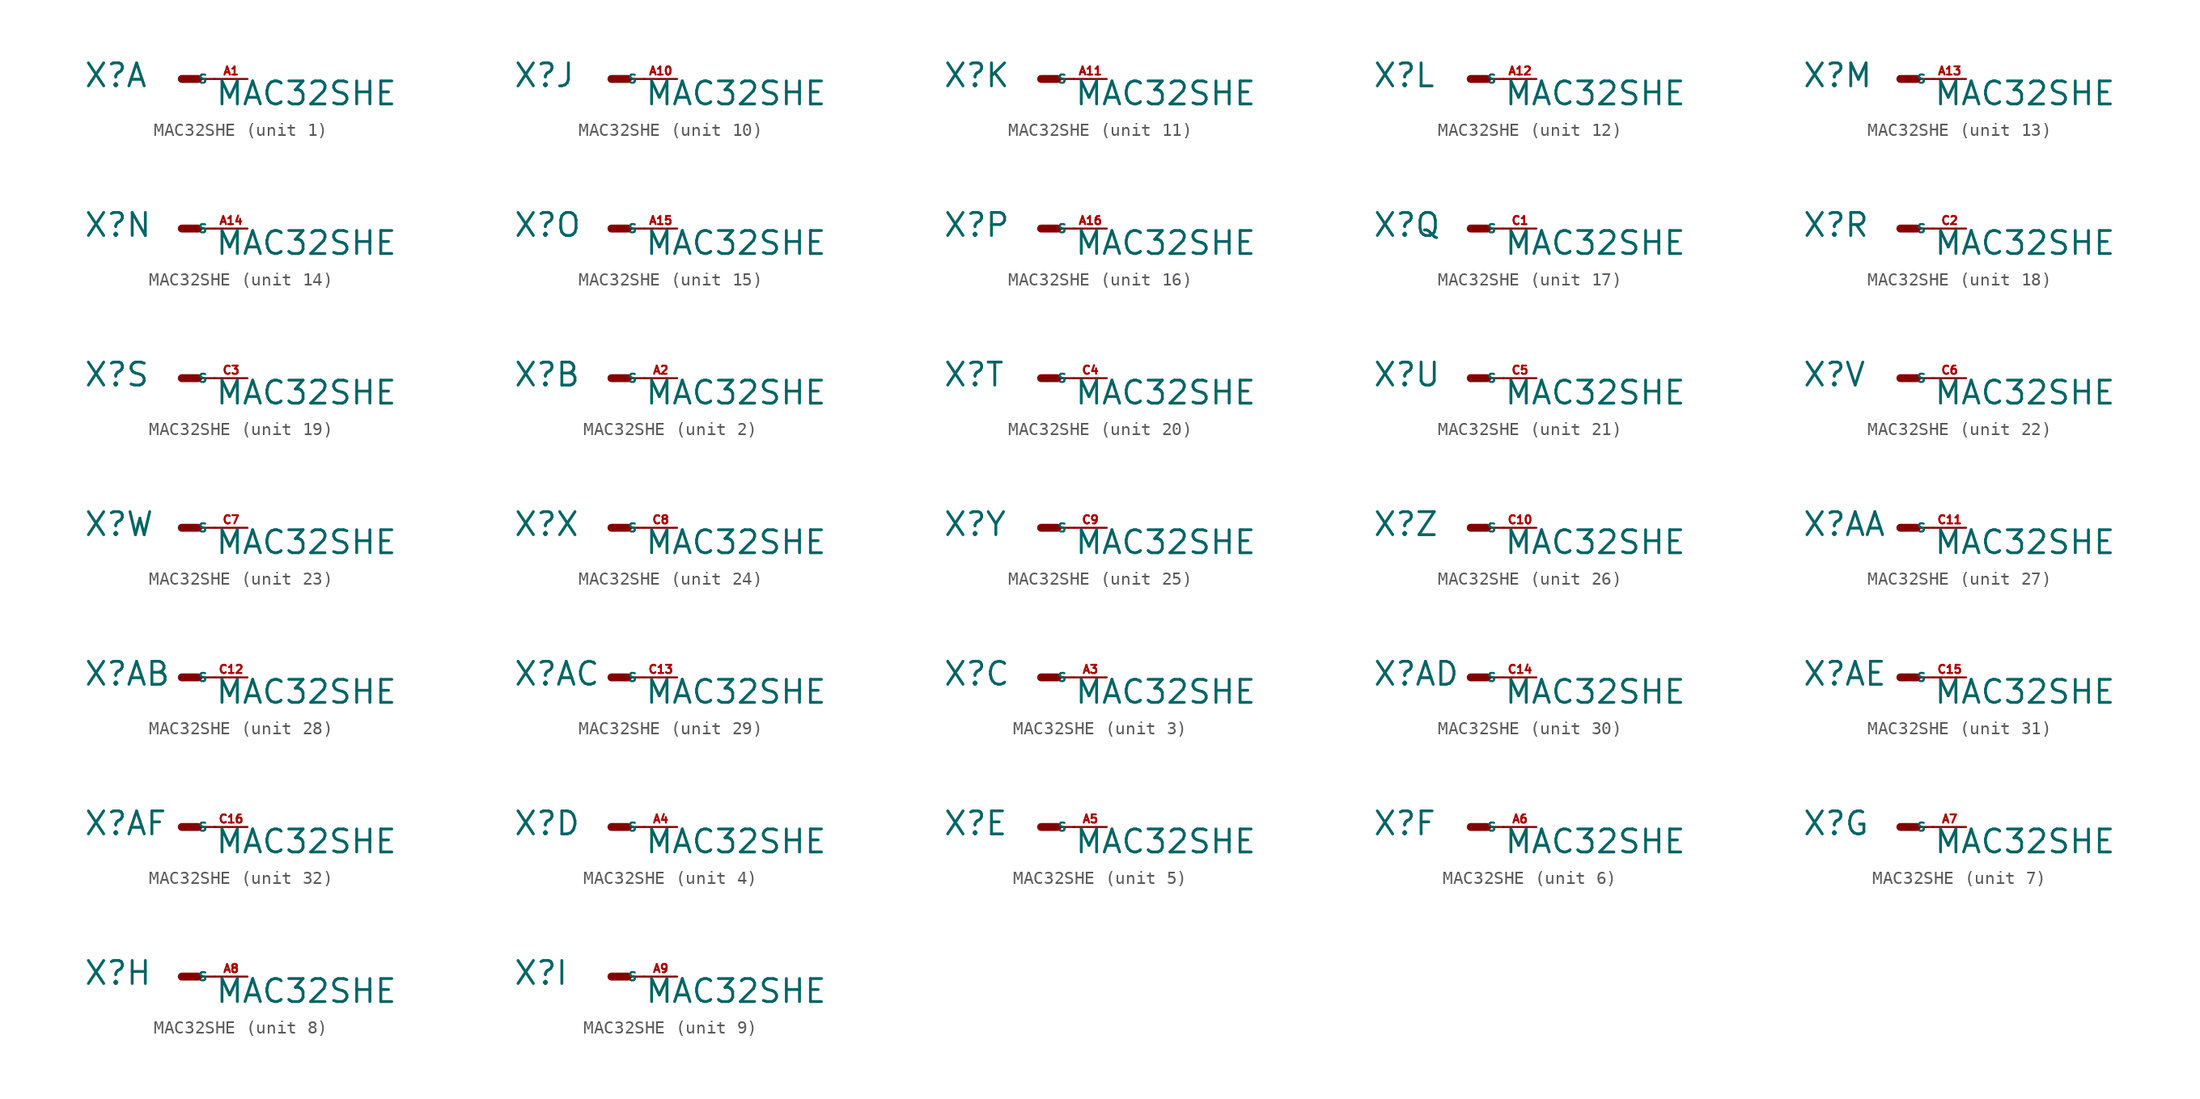
<source format=kicad_sym>
(kicad_symbol_lib
  (version 20220914)
  (generator Eagle2Kicad)
  (symbol "MAC32SHE"
    (property "Reference" "X"
      (at -7.62 -0.762 0)
      (effects (font (size 1.778 1.778) (thickness 0.22)) (justify left bottom)))
    (property "Value" "MAC32SHE"
      (at 2.54 -2.159 0)
      (effects (font (size 1.778 1.778) (thickness 0.22)) (justify left bottom)))
    (symbol "MAC32SHE_1_0"
      (polyline (pts (xy 0 0) (xy 1.27 0)) (stroke (width 0.61) (type default)) (fill (type none)))
      (polyline (pts (xy 2.54 0) (xy 1.27 0)) (stroke (width 0.152) (type default)) (fill (type none)))
      (pin passive line (at 5.08 0 180) (length 2.54) (name "S" (effects (font (size 0.635 0.635) (thickness 0.08)) (justify left bottom))) (number "A1" (effects (font (size 0.635 0.635) (thickness 0.08)) (justify left bottom)))))
    (symbol "MAC32SHE_2_0"
      (polyline (pts (xy 0 0) (xy 1.27 0)) (stroke (width 0.61) (type default)) (fill (type none)))
      (polyline (pts (xy 2.54 0) (xy 1.27 0)) (stroke (width 0.152) (type default)) (fill (type none)))
      (pin passive line (at 5.08 0 180) (length 2.54) (name "S" (effects (font (size 0.635 0.635) (thickness 0.08)) (justify left bottom))) (number "A2" (effects (font (size 0.635 0.635) (thickness 0.08)) (justify left bottom)))))
    (symbol "MAC32SHE_3_0"
      (polyline (pts (xy 0 0) (xy 1.27 0)) (stroke (width 0.61) (type default)) (fill (type none)))
      (polyline (pts (xy 2.54 0) (xy 1.27 0)) (stroke (width 0.152) (type default)) (fill (type none)))
      (pin passive line (at 5.08 0 180) (length 2.54) (name "S" (effects (font (size 0.635 0.635) (thickness 0.08)) (justify left bottom))) (number "A3" (effects (font (size 0.635 0.635) (thickness 0.08)) (justify left bottom)))))
    (symbol "MAC32SHE_4_0"
      (polyline (pts (xy 0 0) (xy 1.27 0)) (stroke (width 0.61) (type default)) (fill (type none)))
      (polyline (pts (xy 2.54 0) (xy 1.27 0)) (stroke (width 0.152) (type default)) (fill (type none)))
      (pin passive line (at 5.08 0 180) (length 2.54) (name "S" (effects (font (size 0.635 0.635) (thickness 0.08)) (justify left bottom))) (number "A4" (effects (font (size 0.635 0.635) (thickness 0.08)) (justify left bottom)))))
    (symbol "MAC32SHE_5_0"
      (polyline (pts (xy 0 0) (xy 1.27 0)) (stroke (width 0.61) (type default)) (fill (type none)))
      (polyline (pts (xy 2.54 0) (xy 1.27 0)) (stroke (width 0.152) (type default)) (fill (type none)))
      (pin passive line (at 5.08 0 180) (length 2.54) (name "S" (effects (font (size 0.635 0.635) (thickness 0.08)) (justify left bottom))) (number "A5" (effects (font (size 0.635 0.635) (thickness 0.08)) (justify left bottom)))))
    (symbol "MAC32SHE_6_0"
      (polyline (pts (xy 0 0) (xy 1.27 0)) (stroke (width 0.61) (type default)) (fill (type none)))
      (polyline (pts (xy 2.54 0) (xy 1.27 0)) (stroke (width 0.152) (type default)) (fill (type none)))
      (pin passive line (at 5.08 0 180) (length 2.54) (name "S" (effects (font (size 0.635 0.635) (thickness 0.08)) (justify left bottom))) (number "A6" (effects (font (size 0.635 0.635) (thickness 0.08)) (justify left bottom)))))
    (symbol "MAC32SHE_7_0"
      (polyline (pts (xy 0 0) (xy 1.27 0)) (stroke (width 0.61) (type default)) (fill (type none)))
      (polyline (pts (xy 2.54 0) (xy 1.27 0)) (stroke (width 0.152) (type default)) (fill (type none)))
      (pin passive line (at 5.08 0 180) (length 2.54) (name "S" (effects (font (size 0.635 0.635) (thickness 0.08)) (justify left bottom))) (number "A7" (effects (font (size 0.635 0.635) (thickness 0.08)) (justify left bottom)))))
    (symbol "MAC32SHE_8_0"
      (polyline (pts (xy 0 0) (xy 1.27 0)) (stroke (width 0.61) (type default)) (fill (type none)))
      (polyline (pts (xy 2.54 0) (xy 1.27 0)) (stroke (width 0.152) (type default)) (fill (type none)))
      (pin passive line (at 5.08 0 180) (length 2.54) (name "S" (effects (font (size 0.635 0.635) (thickness 0.08)) (justify left bottom))) (number "A8" (effects (font (size 0.635 0.635) (thickness 0.08)) (justify left bottom)))))
    (symbol "MAC32SHE_9_0"
      (polyline (pts (xy 0 0) (xy 1.27 0)) (stroke (width 0.61) (type default)) (fill (type none)))
      (polyline (pts (xy 2.54 0) (xy 1.27 0)) (stroke (width 0.152) (type default)) (fill (type none)))
      (pin passive line (at 5.08 0 180) (length 2.54) (name "S" (effects (font (size 0.635 0.635) (thickness 0.08)) (justify left bottom))) (number "A9" (effects (font (size 0.635 0.635) (thickness 0.08)) (justify left bottom)))))
    (symbol "MAC32SHE_10_0"
      (polyline (pts (xy 0 0) (xy 1.27 0)) (stroke (width 0.61) (type default)) (fill (type none)))
      (polyline (pts (xy 2.54 0) (xy 1.27 0)) (stroke (width 0.152) (type default)) (fill (type none)))
      (pin passive line (at 5.08 0 180) (length 2.54) (name "S" (effects (font (size 0.635 0.635) (thickness 0.08)) (justify left bottom))) (number "A10" (effects (font (size 0.635 0.635) (thickness 0.08)) (justify left bottom)))))
    (symbol "MAC32SHE_11_0"
      (polyline (pts (xy 0 0) (xy 1.27 0)) (stroke (width 0.61) (type default)) (fill (type none)))
      (polyline (pts (xy 2.54 0) (xy 1.27 0)) (stroke (width 0.152) (type default)) (fill (type none)))
      (pin passive line (at 5.08 0 180) (length 2.54) (name "S" (effects (font (size 0.635 0.635) (thickness 0.08)) (justify left bottom))) (number "A11" (effects (font (size 0.635 0.635) (thickness 0.08)) (justify left bottom)))))
    (symbol "MAC32SHE_12_0"
      (polyline (pts (xy 0 0) (xy 1.27 0)) (stroke (width 0.61) (type default)) (fill (type none)))
      (polyline (pts (xy 2.54 0) (xy 1.27 0)) (stroke (width 0.152) (type default)) (fill (type none)))
      (pin passive line (at 5.08 0 180) (length 2.54) (name "S" (effects (font (size 0.635 0.635) (thickness 0.08)) (justify left bottom))) (number "A12" (effects (font (size 0.635 0.635) (thickness 0.08)) (justify left bottom)))))
    (symbol "MAC32SHE_13_0"
      (polyline (pts (xy 0 0) (xy 1.27 0)) (stroke (width 0.61) (type default)) (fill (type none)))
      (polyline (pts (xy 2.54 0) (xy 1.27 0)) (stroke (width 0.152) (type default)) (fill (type none)))
      (pin passive line (at 5.08 0 180) (length 2.54) (name "S" (effects (font (size 0.635 0.635) (thickness 0.08)) (justify left bottom))) (number "A13" (effects (font (size 0.635 0.635) (thickness 0.08)) (justify left bottom)))))
    (symbol "MAC32SHE_14_0"
      (polyline (pts (xy 0 0) (xy 1.27 0)) (stroke (width 0.61) (type default)) (fill (type none)))
      (polyline (pts (xy 2.54 0) (xy 1.27 0)) (stroke (width 0.152) (type default)) (fill (type none)))
      (pin passive line (at 5.08 0 180) (length 2.54) (name "S" (effects (font (size 0.635 0.635) (thickness 0.08)) (justify left bottom))) (number "A14" (effects (font (size 0.635 0.635) (thickness 0.08)) (justify left bottom)))))
    (symbol "MAC32SHE_15_0"
      (polyline (pts (xy 0 0) (xy 1.27 0)) (stroke (width 0.61) (type default)) (fill (type none)))
      (polyline (pts (xy 2.54 0) (xy 1.27 0)) (stroke (width 0.152) (type default)) (fill (type none)))
      (pin passive line (at 5.08 0 180) (length 2.54) (name "S" (effects (font (size 0.635 0.635) (thickness 0.08)) (justify left bottom))) (number "A15" (effects (font (size 0.635 0.635) (thickness 0.08)) (justify left bottom)))))
    (symbol "MAC32SHE_16_0"
      (polyline (pts (xy 0 0) (xy 1.27 0)) (stroke (width 0.61) (type default)) (fill (type none)))
      (polyline (pts (xy 2.54 0) (xy 1.27 0)) (stroke (width 0.152) (type default)) (fill (type none)))
      (pin passive line (at 5.08 0 180) (length 2.54) (name "S" (effects (font (size 0.635 0.635) (thickness 0.08)) (justify left bottom))) (number "A16" (effects (font (size 0.635 0.635) (thickness 0.08)) (justify left bottom)))))
    (symbol "MAC32SHE_17_0"
      (polyline (pts (xy 0 0) (xy 1.27 0)) (stroke (width 0.61) (type default)) (fill (type none)))
      (polyline (pts (xy 2.54 0) (xy 1.27 0)) (stroke (width 0.152) (type default)) (fill (type none)))
      (pin passive line (at 5.08 0 180) (length 2.54) (name "S" (effects (font (size 0.635 0.635) (thickness 0.08)) (justify left bottom))) (number "C1" (effects (font (size 0.635 0.635) (thickness 0.08)) (justify left bottom)))))
    (symbol "MAC32SHE_18_0"
      (polyline (pts (xy 0 0) (xy 1.27 0)) (stroke (width 0.61) (type default)) (fill (type none)))
      (polyline (pts (xy 2.54 0) (xy 1.27 0)) (stroke (width 0.152) (type default)) (fill (type none)))
      (pin passive line (at 5.08 0 180) (length 2.54) (name "S" (effects (font (size 0.635 0.635) (thickness 0.08)) (justify left bottom))) (number "C2" (effects (font (size 0.635 0.635) (thickness 0.08)) (justify left bottom)))))
    (symbol "MAC32SHE_19_0"
      (polyline (pts (xy 0 0) (xy 1.27 0)) (stroke (width 0.61) (type default)) (fill (type none)))
      (polyline (pts (xy 2.54 0) (xy 1.27 0)) (stroke (width 0.152) (type default)) (fill (type none)))
      (pin passive line (at 5.08 0 180) (length 2.54) (name "S" (effects (font (size 0.635 0.635) (thickness 0.08)) (justify left bottom))) (number "C3" (effects (font (size 0.635 0.635) (thickness 0.08)) (justify left bottom)))))
    (symbol "MAC32SHE_20_0"
      (polyline (pts (xy 0 0) (xy 1.27 0)) (stroke (width 0.61) (type default)) (fill (type none)))
      (polyline (pts (xy 2.54 0) (xy 1.27 0)) (stroke (width 0.152) (type default)) (fill (type none)))
      (pin passive line (at 5.08 0 180) (length 2.54) (name "S" (effects (font (size 0.635 0.635) (thickness 0.08)) (justify left bottom))) (number "C4" (effects (font (size 0.635 0.635) (thickness 0.08)) (justify left bottom)))))
    (symbol "MAC32SHE_21_0"
      (polyline (pts (xy 0 0) (xy 1.27 0)) (stroke (width 0.61) (type default)) (fill (type none)))
      (polyline (pts (xy 2.54 0) (xy 1.27 0)) (stroke (width 0.152) (type default)) (fill (type none)))
      (pin passive line (at 5.08 0 180) (length 2.54) (name "S" (effects (font (size 0.635 0.635) (thickness 0.08)) (justify left bottom))) (number "C5" (effects (font (size 0.635 0.635) (thickness 0.08)) (justify left bottom)))))
    (symbol "MAC32SHE_22_0"
      (polyline (pts (xy 0 0) (xy 1.27 0)) (stroke (width 0.61) (type default)) (fill (type none)))
      (polyline (pts (xy 2.54 0) (xy 1.27 0)) (stroke (width 0.152) (type default)) (fill (type none)))
      (pin passive line (at 5.08 0 180) (length 2.54) (name "S" (effects (font (size 0.635 0.635) (thickness 0.08)) (justify left bottom))) (number "C6" (effects (font (size 0.635 0.635) (thickness 0.08)) (justify left bottom)))))
    (symbol "MAC32SHE_23_0"
      (polyline (pts (xy 0 0) (xy 1.27 0)) (stroke (width 0.61) (type default)) (fill (type none)))
      (polyline (pts (xy 2.54 0) (xy 1.27 0)) (stroke (width 0.152) (type default)) (fill (type none)))
      (pin passive line (at 5.08 0 180) (length 2.54) (name "S" (effects (font (size 0.635 0.635) (thickness 0.08)) (justify left bottom))) (number "C7" (effects (font (size 0.635 0.635) (thickness 0.08)) (justify left bottom)))))
    (symbol "MAC32SHE_24_0"
      (polyline (pts (xy 0 0) (xy 1.27 0)) (stroke (width 0.61) (type default)) (fill (type none)))
      (polyline (pts (xy 2.54 0) (xy 1.27 0)) (stroke (width 0.152) (type default)) (fill (type none)))
      (pin passive line (at 5.08 0 180) (length 2.54) (name "S" (effects (font (size 0.635 0.635) (thickness 0.08)) (justify left bottom))) (number "C8" (effects (font (size 0.635 0.635) (thickness 0.08)) (justify left bottom)))))
    (symbol "MAC32SHE_25_0"
      (polyline (pts (xy 0 0) (xy 1.27 0)) (stroke (width 0.61) (type default)) (fill (type none)))
      (polyline (pts (xy 2.54 0) (xy 1.27 0)) (stroke (width 0.152) (type default)) (fill (type none)))
      (pin passive line (at 5.08 0 180) (length 2.54) (name "S" (effects (font (size 0.635 0.635) (thickness 0.08)) (justify left bottom))) (number "C9" (effects (font (size 0.635 0.635) (thickness 0.08)) (justify left bottom)))))
    (symbol "MAC32SHE_26_0"
      (polyline (pts (xy 0 0) (xy 1.27 0)) (stroke (width 0.61) (type default)) (fill (type none)))
      (polyline (pts (xy 2.54 0) (xy 1.27 0)) (stroke (width 0.152) (type default)) (fill (type none)))
      (pin passive line (at 5.08 0 180) (length 2.54) (name "S" (effects (font (size 0.635 0.635) (thickness 0.08)) (justify left bottom))) (number "C10" (effects (font (size 0.635 0.635) (thickness 0.08)) (justify left bottom)))))
    (symbol "MAC32SHE_27_0"
      (polyline (pts (xy 0 0) (xy 1.27 0)) (stroke (width 0.61) (type default)) (fill (type none)))
      (polyline (pts (xy 2.54 0) (xy 1.27 0)) (stroke (width 0.152) (type default)) (fill (type none)))
      (pin passive line (at 5.08 0 180) (length 2.54) (name "S" (effects (font (size 0.635 0.635) (thickness 0.08)) (justify left bottom))) (number "C11" (effects (font (size 0.635 0.635) (thickness 0.08)) (justify left bottom)))))
    (symbol "MAC32SHE_28_0"
      (polyline (pts (xy 0 0) (xy 1.27 0)) (stroke (width 0.61) (type default)) (fill (type none)))
      (polyline (pts (xy 2.54 0) (xy 1.27 0)) (stroke (width 0.152) (type default)) (fill (type none)))
      (pin passive line (at 5.08 0 180) (length 2.54) (name "S" (effects (font (size 0.635 0.635) (thickness 0.08)) (justify left bottom))) (number "C12" (effects (font (size 0.635 0.635) (thickness 0.08)) (justify left bottom)))))
    (symbol "MAC32SHE_29_0"
      (polyline (pts (xy 0 0) (xy 1.27 0)) (stroke (width 0.61) (type default)) (fill (type none)))
      (polyline (pts (xy 2.54 0) (xy 1.27 0)) (stroke (width 0.152) (type default)) (fill (type none)))
      (pin passive line (at 5.08 0 180) (length 2.54) (name "S" (effects (font (size 0.635 0.635) (thickness 0.08)) (justify left bottom))) (number "C13" (effects (font (size 0.635 0.635) (thickness 0.08)) (justify left bottom)))))
    (symbol "MAC32SHE_30_0"
      (polyline (pts (xy 0 0) (xy 1.27 0)) (stroke (width 0.61) (type default)) (fill (type none)))
      (polyline (pts (xy 2.54 0) (xy 1.27 0)) (stroke (width 0.152) (type default)) (fill (type none)))
      (pin passive line (at 5.08 0 180) (length 2.54) (name "S" (effects (font (size 0.635 0.635) (thickness 0.08)) (justify left bottom))) (number "C14" (effects (font (size 0.635 0.635) (thickness 0.08)) (justify left bottom)))))
    (symbol "MAC32SHE_31_0"
      (polyline (pts (xy 0 0) (xy 1.27 0)) (stroke (width 0.61) (type default)) (fill (type none)))
      (polyline (pts (xy 2.54 0) (xy 1.27 0)) (stroke (width 0.152) (type default)) (fill (type none)))
      (pin passive line (at 5.08 0 180) (length 2.54) (name "S" (effects (font (size 0.635 0.635) (thickness 0.08)) (justify left bottom))) (number "C15" (effects (font (size 0.635 0.635) (thickness 0.08)) (justify left bottom)))))
    (symbol "MAC32SHE_32_0"
      (polyline (pts (xy 0 0) (xy 1.27 0)) (stroke (width 0.61) (type default)) (fill (type none)))
      (polyline (pts (xy 2.54 0) (xy 1.27 0)) (stroke (width 0.152) (type default)) (fill (type none)))
      (pin passive line (at 5.08 0 180) (length 2.54) (name "S" (effects (font (size 0.635 0.635) (thickness 0.08)) (justify left bottom))) (number "C16" (effects (font (size 0.635 0.635) (thickness 0.08)) (justify left bottom)))))))
</source>
